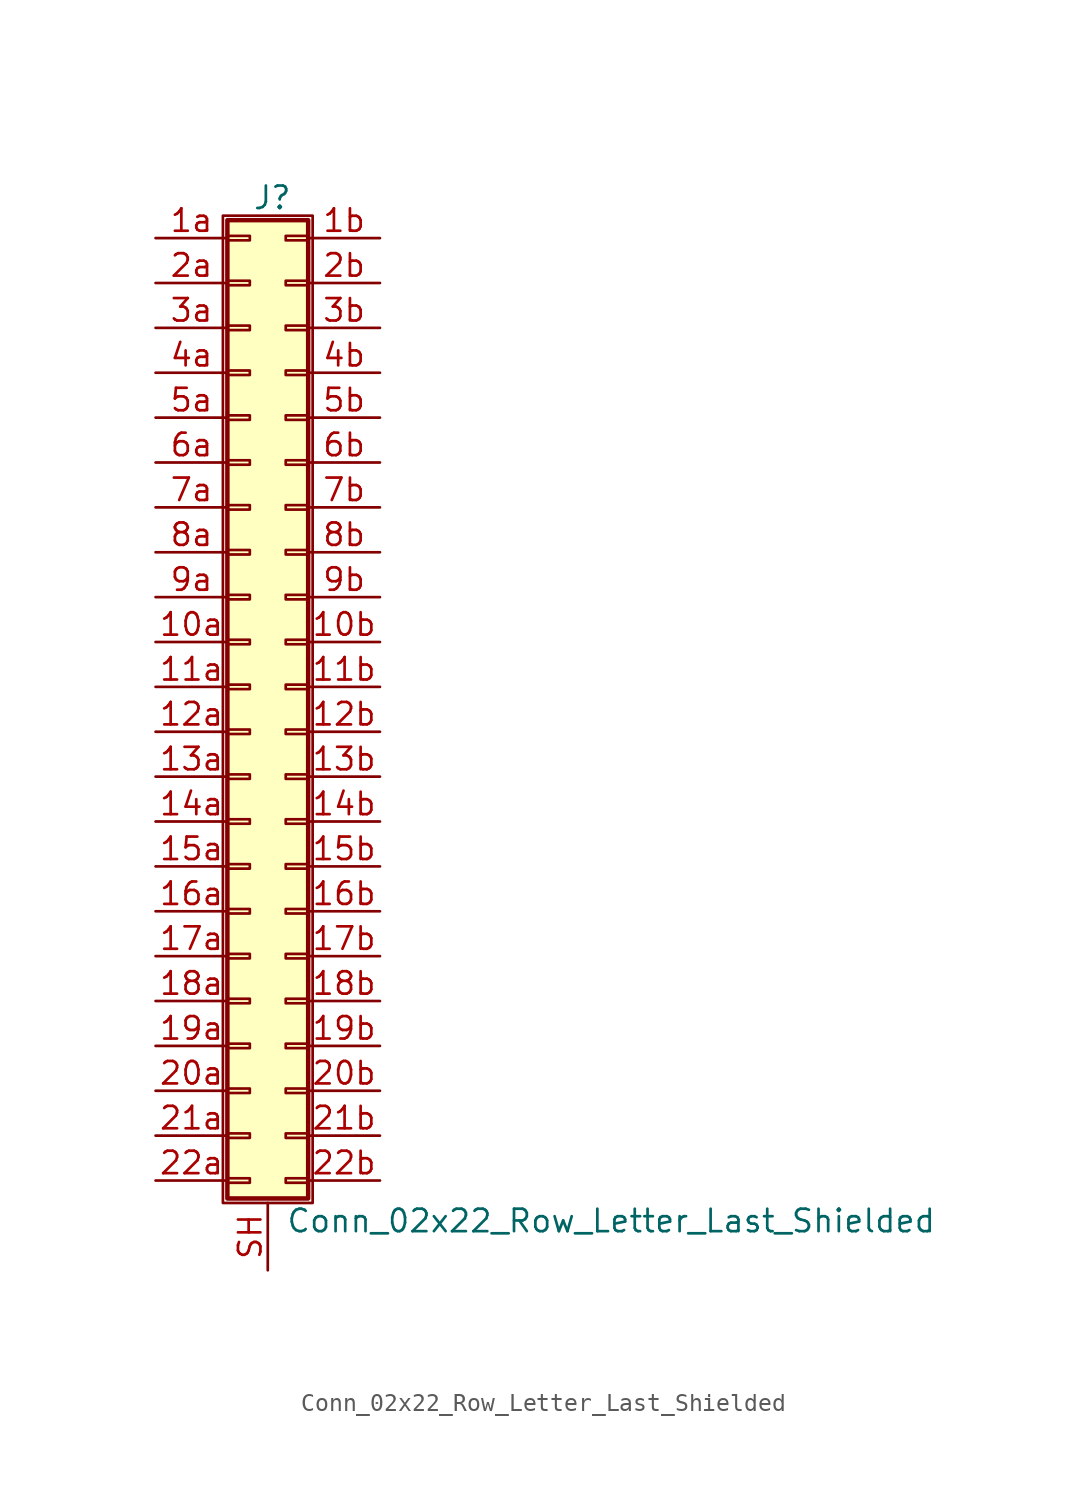
<source format=kicad_sym>
(kicad_symbol_lib
  (version 20220914)
  (generator kicad_symbol_editor)
  (symbol "Conn_02x22_Row_Letter_Last_Shielded"
    (pin_names
      (offset 1.016) hide)
    (property "Reference" "J"
      (at 1.524 27.686 0)
      (effects (font (size 1.27 1.27))))
    (property "Value" "Conn_02x22_Row_Letter_Last_Shielded"
      (at 2.286 -30.226 0)
      (effects (font (size 1.27 1.27)) (justify left)))
    (symbol "Conn_02x22_Row_Letter_Last_Shielded_1_1"
      (rectangle (start -1.27 26.67) (end 3.81 -29.21) (stroke (width 0.152) (type default)) (fill (type none)))
      (rectangle (start -1.016 -27.813) (end 0.254 -28.067) (stroke (width 0.152) (type default)) (fill (type none)))
      (rectangle (start -1.016 -25.273) (end 0.254 -25.527) (stroke (width 0.152) (type default)) (fill (type none)))
      (rectangle (start -1.016 -22.733) (end 0.254 -22.987) (stroke (width 0.152) (type default)) (fill (type none)))
      (rectangle (start -1.016 -20.193) (end 0.254 -20.447) (stroke (width 0.152) (type default)) (fill (type none)))
      (rectangle (start -1.016 -17.653) (end 0.254 -17.907) (stroke (width 0.152) (type default)) (fill (type none)))
      (rectangle (start -1.016 -15.113) (end 0.254 -15.367) (stroke (width 0.152) (type default)) (fill (type none)))
      (rectangle (start -1.016 -12.573) (end 0.254 -12.827) (stroke (width 0.152) (type default)) (fill (type none)))
      (rectangle (start -1.016 -10.033) (end 0.254 -10.287) (stroke (width 0.152) (type default)) (fill (type none)))
      (rectangle (start -1.016 -7.493) (end 0.254 -7.747) (stroke (width 0.152) (type default)) (fill (type none)))
      (rectangle (start -1.016 -4.953) (end 0.254 -5.207) (stroke (width 0.152) (type default)) (fill (type none)))
      (rectangle (start -1.016 -2.413) (end 0.254 -2.667) (stroke (width 0.152) (type default)) (fill (type none)))
      (rectangle (start -1.016 0.127) (end 0.254 -0.127) (stroke (width 0.152) (type default)) (fill (type none)))
      (rectangle (start -1.016 2.667) (end 0.254 2.413) (stroke (width 0.152) (type default)) (fill (type none)))
      (rectangle (start -1.016 5.207) (end 0.254 4.953) (stroke (width 0.152) (type default)) (fill (type none)))
      (rectangle (start -1.016 7.747) (end 0.254 7.493) (stroke (width 0.152) (type default)) (fill (type none)))
      (rectangle (start -1.016 10.287) (end 0.254 10.033) (stroke (width 0.152) (type default)) (fill (type none)))
      (rectangle (start -1.016 12.827) (end 0.254 12.573) (stroke (width 0.152) (type default)) (fill (type none)))
      (rectangle (start -1.016 15.367) (end 0.254 15.113) (stroke (width 0.152) (type default)) (fill (type none)))
      (rectangle (start -1.016 17.907) (end 0.254 17.653) (stroke (width 0.152) (type default)) (fill (type none)))
      (rectangle (start -1.016 20.447) (end 0.254 20.193) (stroke (width 0.152) (type default)) (fill (type none)))
      (rectangle (start -1.016 22.987) (end 0.254 22.733) (stroke (width 0.152) (type default)) (fill (type none)))
      (rectangle (start -1.016 25.527) (end 0.254 25.273) (stroke (width 0.152) (type default)) (fill (type none)))
      (rectangle (start -1.016 26.416) (end 3.556 -28.956) (stroke (width 0.254) (type default)) (fill (type background)))
      (rectangle (start 3.556 -27.813) (end 2.286 -28.067) (stroke (width 0.152) (type default)) (fill (type none)))
      (rectangle (start 3.556 -25.273) (end 2.286 -25.527) (stroke (width 0.152) (type default)) (fill (type none)))
      (rectangle (start 3.556 -22.733) (end 2.286 -22.987) (stroke (width 0.152) (type default)) (fill (type none)))
      (rectangle (start 3.556 -20.193) (end 2.286 -20.447) (stroke (width 0.152) (type default)) (fill (type none)))
      (rectangle (start 3.556 -17.653) (end 2.286 -17.907) (stroke (width 0.152) (type default)) (fill (type none)))
      (rectangle (start 3.556 -15.113) (end 2.286 -15.367) (stroke (width 0.152) (type default)) (fill (type none)))
      (rectangle (start 3.556 -12.573) (end 2.286 -12.827) (stroke (width 0.152) (type default)) (fill (type none)))
      (rectangle (start 3.556 -10.033) (end 2.286 -10.287) (stroke (width 0.152) (type default)) (fill (type none)))
      (rectangle (start 3.556 -7.493) (end 2.286 -7.747) (stroke (width 0.152) (type default)) (fill (type none)))
      (rectangle (start 3.556 -4.953) (end 2.286 -5.207) (stroke (width 0.152) (type default)) (fill (type none)))
      (rectangle (start 3.556 -2.413) (end 2.286 -2.667) (stroke (width 0.152) (type default)) (fill (type none)))
      (rectangle (start 3.556 0.127) (end 2.286 -0.127) (stroke (width 0.152) (type default)) (fill (type none)))
      (rectangle (start 3.556 2.667) (end 2.286 2.413) (stroke (width 0.152) (type default)) (fill (type none)))
      (rectangle (start 3.556 5.207) (end 2.286 4.953) (stroke (width 0.152) (type default)) (fill (type none)))
      (rectangle (start 3.556 7.747) (end 2.286 7.493) (stroke (width 0.152) (type default)) (fill (type none)))
      (rectangle (start 3.556 10.287) (end 2.286 10.033) (stroke (width 0.152) (type default)) (fill (type none)))
      (rectangle (start 3.556 12.827) (end 2.286 12.573) (stroke (width 0.152) (type default)) (fill (type none)))
      (rectangle (start 3.556 15.367) (end 2.286 15.113) (stroke (width 0.152) (type default)) (fill (type none)))
      (rectangle (start 3.556 17.907) (end 2.286 17.653) (stroke (width 0.152) (type default)) (fill (type none)))
      (rectangle (start 3.556 20.447) (end 2.286 20.193) (stroke (width 0.152) (type default)) (fill (type none)))
      (rectangle (start 3.556 22.987) (end 2.286 22.733) (stroke (width 0.152) (type default)) (fill (type none)))
      (rectangle (start 3.556 25.527) (end 2.286 25.273) (stroke (width 0.152) (type default)) (fill (type none)))
      (pin passive line (at -5.08 2.54 0) (length 4.064) (name "Pin_10a" (effects (font (size 1.27 1.27)))) (number "10a" (effects (font (size 1.27 1.27)))))
      (pin passive line (at 7.62 2.54 180) (length 4.064) (name "Pin_10b" (effects (font (size 1.27 1.27)))) (number "10b" (effects (font (size 1.27 1.27)))))
      (pin passive line (at -5.08 0 0) (length 4.064) (name "Pin_11a" (effects (font (size 1.27 1.27)))) (number "11a" (effects (font (size 1.27 1.27)))))
      (pin passive line (at 7.62 0 180) (length 4.064) (name "Pin_11b" (effects (font (size 1.27 1.27)))) (number "11b" (effects (font (size 1.27 1.27)))))
      (pin passive line (at -5.08 -2.54 0) (length 4.064) (name "Pin_12a" (effects (font (size 1.27 1.27)))) (number "12a" (effects (font (size 1.27 1.27)))))
      (pin passive line (at 7.62 -2.54 180) (length 4.064) (name "Pin_12b" (effects (font (size 1.27 1.27)))) (number "12b" (effects (font (size 1.27 1.27)))))
      (pin passive line (at -5.08 -5.08 0) (length 4.064) (name "Pin_13a" (effects (font (size 1.27 1.27)))) (number "13a" (effects (font (size 1.27 1.27)))))
      (pin passive line (at 7.62 -5.08 180) (length 4.064) (name "Pin_13b" (effects (font (size 1.27 1.27)))) (number "13b" (effects (font (size 1.27 1.27)))))
      (pin passive line (at -5.08 -7.62 0) (length 4.064) (name "Pin_14a" (effects (font (size 1.27 1.27)))) (number "14a" (effects (font (size 1.27 1.27)))))
      (pin passive line (at 7.62 -7.62 180) (length 4.064) (name "Pin_14b" (effects (font (size 1.27 1.27)))) (number "14b" (effects (font (size 1.27 1.27)))))
      (pin passive line (at -5.08 -10.16 0) (length 4.064) (name "Pin_15a" (effects (font (size 1.27 1.27)))) (number "15a" (effects (font (size 1.27 1.27)))))
      (pin passive line (at 7.62 -10.16 180) (length 4.064) (name "Pin_15b" (effects (font (size 1.27 1.27)))) (number "15b" (effects (font (size 1.27 1.27)))))
      (pin passive line (at -5.08 -12.7 0) (length 4.064) (name "Pin_16a" (effects (font (size 1.27 1.27)))) (number "16a" (effects (font (size 1.27 1.27)))))
      (pin passive line (at 7.62 -12.7 180) (length 4.064) (name "Pin_16b" (effects (font (size 1.27 1.27)))) (number "16b" (effects (font (size 1.27 1.27)))))
      (pin passive line (at -5.08 -15.24 0) (length 4.064) (name "Pin_17a" (effects (font (size 1.27 1.27)))) (number "17a" (effects (font (size 1.27 1.27)))))
      (pin passive line (at 7.62 -15.24 180) (length 4.064) (name "Pin_17b" (effects (font (size 1.27 1.27)))) (number "17b" (effects (font (size 1.27 1.27)))))
      (pin passive line (at -5.08 -17.78 0) (length 4.064) (name "Pin_18a" (effects (font (size 1.27 1.27)))) (number "18a" (effects (font (size 1.27 1.27)))))
      (pin passive line (at 7.62 -17.78 180) (length 4.064) (name "Pin_18b" (effects (font (size 1.27 1.27)))) (number "18b" (effects (font (size 1.27 1.27)))))
      (pin passive line (at -5.08 -20.32 0) (length 4.064) (name "Pin_19a" (effects (font (size 1.27 1.27)))) (number "19a" (effects (font (size 1.27 1.27)))))
      (pin passive line (at 7.62 -20.32 180) (length 4.064) (name "Pin_19b" (effects (font (size 1.27 1.27)))) (number "19b" (effects (font (size 1.27 1.27)))))
      (pin passive line (at -5.08 25.4 0) (length 4.064) (name "Pin_1a" (effects (font (size 1.27 1.27)))) (number "1a" (effects (font (size 1.27 1.27)))))
      (pin passive line (at 7.62 25.4 180) (length 4.064) (name "Pin_1b" (effects (font (size 1.27 1.27)))) (number "1b" (effects (font (size 1.27 1.27)))))
      (pin passive line (at -5.08 -22.86 0) (length 4.064) (name "Pin_20a" (effects (font (size 1.27 1.27)))) (number "20a" (effects (font (size 1.27 1.27)))))
      (pin passive line (at 7.62 -22.86 180) (length 4.064) (name "Pin_20b" (effects (font (size 1.27 1.27)))) (number "20b" (effects (font (size 1.27 1.27)))))
      (pin passive line (at -5.08 -25.4 0) (length 4.064) (name "Pin_21a" (effects (font (size 1.27 1.27)))) (number "21a" (effects (font (size 1.27 1.27)))))
      (pin passive line (at 7.62 -25.4 180) (length 4.064) (name "Pin_21b" (effects (font (size 1.27 1.27)))) (number "21b" (effects (font (size 1.27 1.27)))))
      (pin passive line (at -5.08 -27.94 0) (length 4.064) (name "Pin_22a" (effects (font (size 1.27 1.27)))) (number "22a" (effects (font (size 1.27 1.27)))))
      (pin passive line (at 7.62 -27.94 180) (length 4.064) (name "Pin_22b" (effects (font (size 1.27 1.27)))) (number "22b" (effects (font (size 1.27 1.27)))))
      (pin passive line (at -5.08 22.86 0) (length 4.064) (name "Pin_2a" (effects (font (size 1.27 1.27)))) (number "2a" (effects (font (size 1.27 1.27)))))
      (pin passive line (at 7.62 22.86 180) (length 4.064) (name "Pin_2b" (effects (font (size 1.27 1.27)))) (number "2b" (effects (font (size 1.27 1.27)))))
      (pin passive line (at -5.08 20.32 0) (length 4.064) (name "Pin_3a" (effects (font (size 1.27 1.27)))) (number "3a" (effects (font (size 1.27 1.27)))))
      (pin passive line (at 7.62 20.32 180) (length 4.064) (name "Pin_3b" (effects (font (size 1.27 1.27)))) (number "3b" (effects (font (size 1.27 1.27)))))
      (pin passive line (at -5.08 17.78 0) (length 4.064) (name "Pin_4a" (effects (font (size 1.27 1.27)))) (number "4a" (effects (font (size 1.27 1.27)))))
      (pin passive line (at 7.62 17.78 180) (length 4.064) (name "Pin_4b" (effects (font (size 1.27 1.27)))) (number "4b" (effects (font (size 1.27 1.27)))))
      (pin passive line (at -5.08 15.24 0) (length 4.064) (name "Pin_5a" (effects (font (size 1.27 1.27)))) (number "5a" (effects (font (size 1.27 1.27)))))
      (pin passive line (at 7.62 15.24 180) (length 4.064) (name "Pin_5b" (effects (font (size 1.27 1.27)))) (number "5b" (effects (font (size 1.27 1.27)))))
      (pin passive line (at -5.08 12.7 0) (length 4.064) (name "Pin_6a" (effects (font (size 1.27 1.27)))) (number "6a" (effects (font (size 1.27 1.27)))))
      (pin passive line (at 7.62 12.7 180) (length 4.064) (name "Pin_6b" (effects (font (size 1.27 1.27)))) (number "6b" (effects (font (size 1.27 1.27)))))
      (pin passive line (at -5.08 10.16 0) (length 4.064) (name "Pin_7a" (effects (font (size 1.27 1.27)))) (number "7a" (effects (font (size 1.27 1.27)))))
      (pin passive line (at 7.62 10.16 180) (length 4.064) (name "Pin_7b" (effects (font (size 1.27 1.27)))) (number "7b" (effects (font (size 1.27 1.27)))))
      (pin passive line (at -5.08 7.62 0) (length 4.064) (name "Pin_8a" (effects (font (size 1.27 1.27)))) (number "8a" (effects (font (size 1.27 1.27)))))
      (pin passive line (at 7.62 7.62 180) (length 4.064) (name "Pin_8b" (effects (font (size 1.27 1.27)))) (number "8b" (effects (font (size 1.27 1.27)))))
      (pin passive line (at -5.08 5.08 0) (length 4.064) (name "Pin_9a" (effects (font (size 1.27 1.27)))) (number "9a" (effects (font (size 1.27 1.27)))))
      (pin passive line (at 7.62 5.08 180) (length 4.064) (name "Pin_9b" (effects (font (size 1.27 1.27)))) (number "9b" (effects (font (size 1.27 1.27)))))
      (pin passive line (at 1.27 -33.02 90) (length 3.81) (name "Shield" (effects (font (size 1.27 1.27)))) (number "SH" (effects (font (size 1.27 1.27))))))))
</source>
